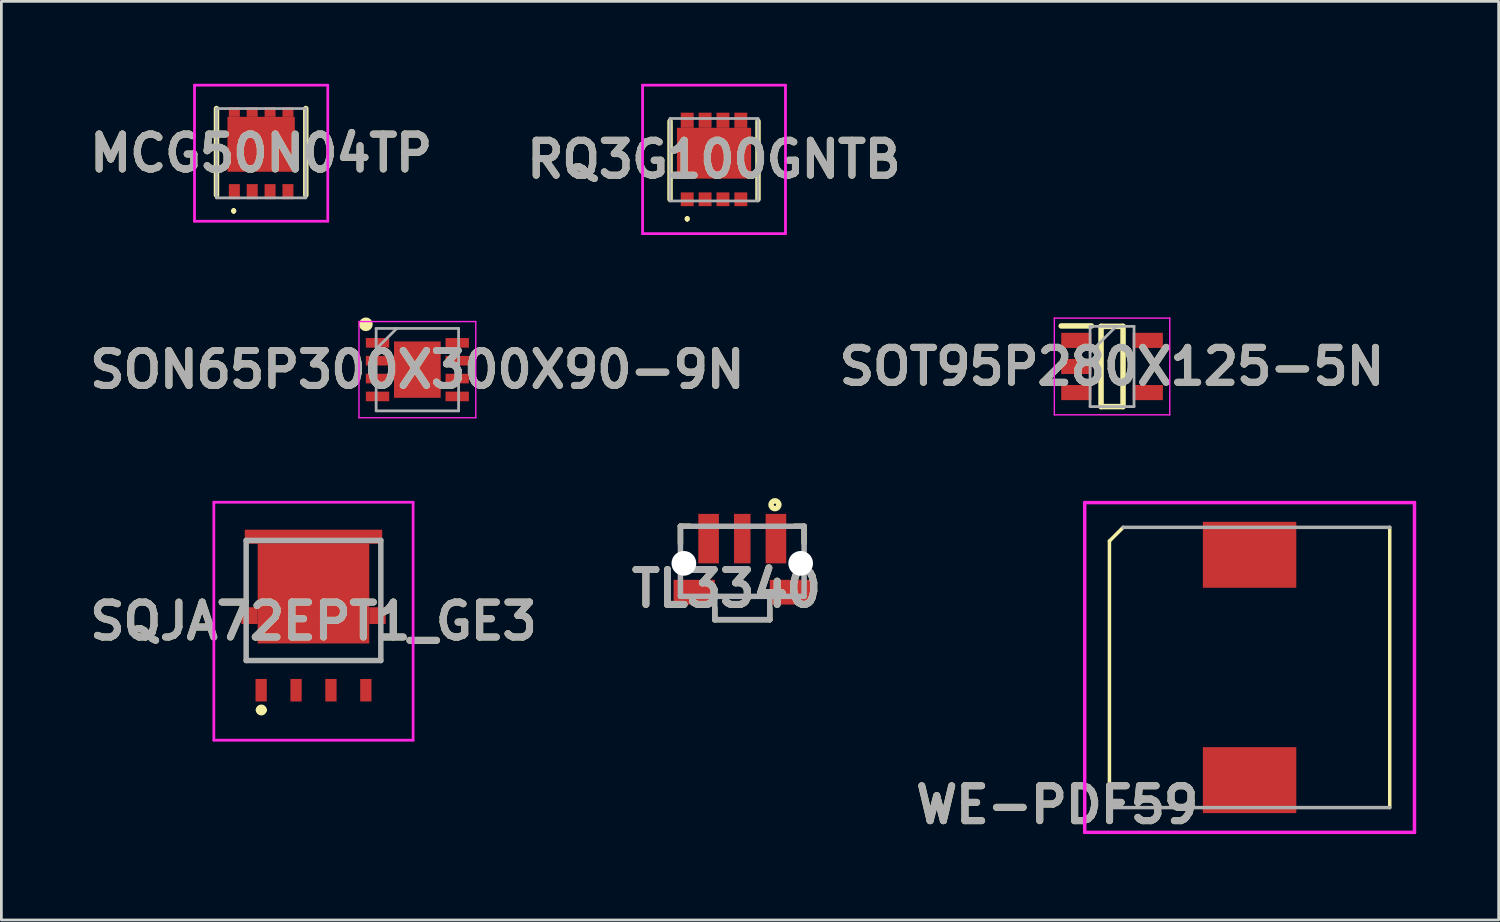
<source format=kicad_pcb>
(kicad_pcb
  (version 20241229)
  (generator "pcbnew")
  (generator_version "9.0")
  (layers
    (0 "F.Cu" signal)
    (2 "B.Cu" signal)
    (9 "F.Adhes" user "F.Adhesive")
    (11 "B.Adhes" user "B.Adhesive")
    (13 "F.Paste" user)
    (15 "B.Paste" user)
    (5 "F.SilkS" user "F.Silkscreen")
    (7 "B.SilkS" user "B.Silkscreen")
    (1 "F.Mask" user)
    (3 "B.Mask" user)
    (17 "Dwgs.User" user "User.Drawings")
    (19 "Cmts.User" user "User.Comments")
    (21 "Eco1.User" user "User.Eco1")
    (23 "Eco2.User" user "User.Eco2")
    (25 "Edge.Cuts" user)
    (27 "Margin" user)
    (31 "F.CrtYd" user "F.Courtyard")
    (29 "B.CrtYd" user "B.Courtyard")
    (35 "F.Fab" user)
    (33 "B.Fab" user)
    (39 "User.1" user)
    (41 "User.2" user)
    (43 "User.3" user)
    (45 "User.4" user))
  (footprint "TL3340"
    (layer "F.Cu")
    (at 23.961 18.65)
    (property "Reference" "TL3340" (at -0.574 -0.28 0) (layer "F.SilkS") (effects (font (size 1.27 1.27) (thickness 0.254))))
    (attr through_hole)
    (fp_line (start -2.25 -2.55) (end -2.25 -1.927) (stroke (width 0.2) (type solid)) (layer "F.SilkS"))
    (fp_line (start -2.25 -2.55) (end -1.914 -2.55) (stroke (width 0.2) (type solid)) (layer "F.SilkS"))
    (fp_line (start -1 0.425) (end -1 0.85) (stroke (width 0.2) (type solid)) (layer "F.SilkS"))
    (fp_line (start -1 0.85) (end 1 0.85) (stroke (width 0.2) (type solid)) (layer "F.SilkS"))
    (fp_line (start 1 0.85) (end 1 0.425) (stroke (width 0.2) (type solid)) (layer "F.SilkS"))
    (fp_line (start 2.25 -2.55) (end 1.914 -2.55) (stroke (width 0.2) (type solid)) (layer "F.SilkS"))
    (fp_line (start 2.25 -2.55) (end 2.25 -1.927) (stroke (width 0.2) (type solid)) (layer "F.SilkS"))
    (fp_circle (center 1.189 -3.333) (end 1.189 -3.292) (stroke (width 0.2) (type solid)) (fill no) (layer "F.SilkS"))
    (fp_line (start -2.25 -2.55) (end 2.25 -2.55) (stroke (width 0.2) (type solid)) (layer "F.Fab"))
    (fp_line (start -2.25 0) (end -2.25 -2.55) (stroke (width 0.2) (type solid)) (layer "F.Fab"))
    (fp_line (start -1 0) (end -1 0.85) (stroke (width 0.2) (type solid)) (layer "F.Fab"))
    (fp_line (start -1 0.85) (end 1 0.85) (stroke (width 0.2) (type solid)) (layer "F.Fab"))
    (fp_line (start 1 0.85) (end 1 0) (stroke (width 0.2) (type solid)) (layer "F.Fab"))
    (fp_line (start 2.25 -2.55) (end 2.25 0) (stroke (width 0.2) (type solid)) (layer "F.Fab"))
    (fp_line (start 2.25 0) (end -2.25 0) (stroke (width 0.2) (type solid)) (layer "F.Fab"))
    (fp_text user "${REFERENCE}" (at -0.574 -0.28 0) (layer "F.Fab") (effects (font (size 1.27 1.27) (thickness 0.254))))
    (pad "" np_thru_hole circle (at -2.125 -1.2) (size 0.9 0.9) (drill 0.9) (layers "*.Cu" "*.Mask"))
    (pad "" np_thru_hole circle (at 2.125 -1.2) (size 0.9 0.9) (drill 0.9) (layers "*.Cu" "*.Mask"))
    (pad "1" smd rect (at 1.225 -2.1) (size 0.75 1.8) (layers "F.Cu" "F.Mask" "F.Paste"))
    (pad "2" smd rect (at 0 -2.1) (size 0.6 1.8) (layers "F.Cu" "F.Mask" "F.Paste"))
    (pad "3" smd rect (at -1.225 -2.1) (size 0.75 1.8) (layers "F.Cu" "F.Mask" "F.Paste"))
    (pad "4" smd rect (at -1.75 -0.15 90) (size 0.9 1.5) (layers "F.Cu" "F.Mask" "F.Paste"))
    (pad "5" smd rect (at 1.75 -0.15 90) (size 0.9 1.5) (layers "F.Cu" "F.Mask" "F.Paste")))
  (footprint "RQ3G100GNTB"
    (layer "F.Cu")
    (at 22.933 2.763)
    (property "Reference" "RQ3G100GNTB" (at 0 -0.012 0) (layer "F.SilkS") (effects (font (size 1.27 1.27) (thickness 0.254))))
    (attr smd)
    (fp_line (start -1.6 -1.4) (end -1.6 1.438) (stroke (width 0.2) (type solid)) (layer "F.SilkS"))
    (fp_line (start -0.975 2.1) (end -0.975 2.1) (stroke (width 0.1) (type solid)) (layer "F.SilkS"))
    (fp_line (start -0.975 2.2) (end -0.975 2.2) (stroke (width 0.1) (type solid)) (layer "F.SilkS"))
    (fp_line (start 1.6 -1.4) (end 1.6 1.438) (stroke (width 0.2) (type solid)) (layer "F.SilkS"))
    (fp_arc (start -0.975 2.1) (mid -0.925 2.15) (end -0.975 2.2) (stroke (width 0.1) (type solid)) (layer "F.SilkS"))
    (fp_arc (start -0.975 2.2) (mid -1.025 2.15) (end -0.975 2.1) (stroke (width 0.1) (type solid)) (layer "F.SilkS"))
    (fp_line (start -2.6 -2.713) (end 2.6 -2.713) (stroke (width 0.1) (type solid)) (layer "F.CrtYd"))
    (fp_line (start -2.6 2.688) (end -2.6 -2.713) (stroke (width 0.1) (type solid)) (layer "F.CrtYd"))
    (fp_line (start 2.6 -2.713) (end 2.6 2.688) (stroke (width 0.1) (type solid)) (layer "F.CrtYd"))
    (fp_line (start 2.6 2.688) (end -2.6 2.688) (stroke (width 0.1) (type solid)) (layer "F.CrtYd"))
    (fp_line (start -1.6 -1.5) (end 1.6 -1.5) (stroke (width 0.1) (type solid)) (layer "F.Fab"))
    (fp_line (start -1.6 1.5) (end -1.6 -1.5) (stroke (width 0.1) (type solid)) (layer "F.Fab"))
    (fp_line (start 1.6 -1.5) (end 1.6 1.5) (stroke (width 0.1) (type solid)) (layer "F.Fab"))
    (fp_line (start 1.6 1.5) (end -1.6 1.5) (stroke (width 0.1) (type solid)) (layer "F.Fab"))
    (fp_text user "${REFERENCE}" (at 0 -0.012 0) (layer "F.Fab") (effects (font (size 1.27 1.27) (thickness 0.254))))
    (pad "1" smd rect (at -0.975 1.438) (size 0.47 0.5) (layers "F.Cu" "F.Mask" "F.Paste"))
    (pad "2" smd rect (at -0.325 1.438) (size 0.47 0.5) (layers "F.Cu" "F.Mask" "F.Paste"))
    (pad "3" smd rect (at 0.325 1.438) (size 0.47 0.5) (layers "F.Cu" "F.Mask" "F.Paste"))
    (pad "4" smd rect (at 0.975 1.438) (size 0.47 0.5) (layers "F.Cu" "F.Mask" "F.Paste"))
    (pad "5" smd rect (at 0.975 -1.438) (size 0.47 0.55) (layers "F.Cu" "F.Mask" "F.Paste"))
    (pad "6" smd rect (at 0.325 -1.438) (size 0.47 0.55) (layers "F.Cu" "F.Mask" "F.Paste"))
    (pad "7" smd rect (at -0.325 -1.438) (size 0.47 0.55) (layers "F.Cu" "F.Mask" "F.Paste"))
    (pad "8" smd rect (at -0.975 -1.438) (size 0.47 0.55) (layers "F.Cu" "F.Mask" "F.Paste"))
    (pad "9" smd rect (at 0 -0.238 90) (size 1.85 2.7) (layers "F.Cu" "F.Mask" "F.Paste")))
  (footprint "SQJA72EPT1_GE3"
    (layer "F.Cu")
    (at 8.358 20.986)
    (property "Reference" "SQJA72EPT1_GE3" (at 0 -1.43 0) (layer "F.SilkS") (effects (font (size 1.27 1.27) (thickness 0.254))))
    (attr smd)
    (fp_line (start -2.45 -4) (end -2.45 -2.2) (stroke (width 0.1) (type solid)) (layer "F.SilkS"))
    (fp_line (start -2.45 -1) (end -2.45 0) (stroke (width 0.1) (type solid)) (layer "F.SilkS"))
    (fp_line (start -2.45 0) (end 2.45 0) (stroke (width 0.1) (type solid)) (layer "F.SilkS"))
    (fp_line (start -2 1.8) (end -2 1.8) (stroke (width 0.2) (type solid)) (layer "F.SilkS"))
    (fp_line (start -1.8 1.8) (end -1.8 1.8) (stroke (width 0.2) (type solid)) (layer "F.SilkS"))
    (fp_line (start 2.45 -4) (end 2.45 -2.2) (stroke (width 0.1) (type solid)) (layer "F.SilkS"))
    (fp_line (start 2.45 0) (end 2.45 -1) (stroke (width 0.1) (type solid)) (layer "F.SilkS"))
    (fp_arc (start -2 1.8) (mid -1.9 1.7) (end -1.8 1.8) (stroke (width 0.2) (type solid)) (layer "F.SilkS"))
    (fp_arc (start -1.8 1.8) (mid -1.9 1.9) (end -2 1.8) (stroke (width 0.2) (type solid)) (layer "F.SilkS"))
    (fp_line (start -3.626 -5.76) (end 3.625 -5.76) (stroke (width 0.1) (type solid)) (layer "F.CrtYd"))
    (fp_line (start -3.626 2.9) (end -3.626 -5.76) (stroke (width 0.1) (type solid)) (layer "F.CrtYd"))
    (fp_line (start 3.625 -5.76) (end 3.625 2.9) (stroke (width 0.1) (type solid)) (layer "F.CrtYd"))
    (fp_line (start 3.625 2.9) (end -3.626 2.9) (stroke (width 0.1) (type solid)) (layer "F.CrtYd"))
    (fp_line (start -2.45 -4.37) (end 2.45 -4.37) (stroke (width 0.2) (type solid)) (layer "F.Fab"))
    (fp_line (start -2.45 0) (end -2.45 -4.37) (stroke (width 0.2) (type solid)) (layer "F.Fab"))
    (fp_line (start 2.45 -4.37) (end 2.45 0) (stroke (width 0.2) (type solid)) (layer "F.Fab"))
    (fp_line (start 2.45 0) (end -2.45 0) (stroke (width 0.2) (type solid)) (layer "F.Fab"))
    (fp_text user "${REFERENCE}" (at 0 -1.43 0) (layer "F.Fab") (effects (font (size 1.27 1.27) (thickness 0.254))))
    (pad "1" smd rect (at -1.905 1.081) (size 0.41 0.82) (layers "F.Cu" "F.Mask" "F.Paste"))
    (pad "2" smd rect (at -0.635 1.081) (size 0.41 0.82) (layers "F.Cu" "F.Mask" "F.Paste"))
    (pad "3" smd rect (at 0.635 1.081) (size 0.41 0.82) (layers "F.Cu" "F.Mask" "F.Paste"))
    (pad "4" smd rect (at 1.905 1.081) (size 0.41 0.82) (layers "F.Cu" "F.Mask" "F.Paste"))
    (pad "5" smd rect (at 0 -2.435 90) (size 3.63 4.061) (layers "F.Cu" "F.Mask" "F.Paste"))
    (pad "6" smd rect (at -2.328 -1.634) (size 0.595 0.61) (layers "F.Cu" "F.Mask" "F.Paste"))
    (pad "7" smd rect (at 2.328 -1.634) (size 0.595 0.61) (layers "F.Cu" "F.Mask" "F.Paste"))
    (pad "8" smd rect (at 0 -4.505 90) (size 0.51 5) (layers "F.Cu" "F.Mask" "F.Paste")))
  (footprint "SON65P300X300X90-9N"
    (layer "F.Cu")
    (at 12.138 10.401)
    (property "Reference" "SON65P300X300X90-9N" (at 0 0 0) (layer "F.SilkS") (effects (font (size 1.27 1.27) (thickness 0.254))))
    (attr smd)
    (fp_circle (center -1.875 -1.65) (end -1.875 -1.525) (stroke (width 0.25) (type solid)) (fill no) (layer "F.SilkS"))
    (fp_line (start -2.125 -1.75) (end 2.125 -1.75) (stroke (width 0.05) (type solid)) (layer "F.CrtYd"))
    (fp_line (start -2.125 1.75) (end -2.125 -1.75) (stroke (width 0.05) (type solid)) (layer "F.CrtYd"))
    (fp_line (start 2.125 -1.75) (end 2.125 1.75) (stroke (width 0.05) (type solid)) (layer "F.CrtYd"))
    (fp_line (start 2.125 1.75) (end -2.125 1.75) (stroke (width 0.05) (type solid)) (layer "F.CrtYd"))
    (fp_line (start -1.5 -1.5) (end 1.5 -1.5) (stroke (width 0.1) (type solid)) (layer "F.Fab"))
    (fp_line (start -1.5 -0.75) (end -0.75 -1.5) (stroke (width 0.1) (type solid)) (layer "F.Fab"))
    (fp_line (start -1.5 1.5) (end -1.5 -1.5) (stroke (width 0.1) (type solid)) (layer "F.Fab"))
    (fp_line (start 1.5 -1.5) (end 1.5 1.5) (stroke (width 0.1) (type solid)) (layer "F.Fab"))
    (fp_line (start 1.5 1.5) (end -1.5 1.5) (stroke (width 0.1) (type solid)) (layer "F.Fab"))
    (fp_text user "${REFERENCE}" (at 0 0 0) (layer "F.Fab") (effects (font (size 1.27 1.27) (thickness 0.254))))
    (pad "1" smd rect (at -1.45 -0.975 90) (size 0.35 0.85) (layers "F.Cu" "F.Mask" "F.Paste"))
    (pad "2" smd rect (at -1.45 -0.325 90) (size 0.35 0.85) (layers "F.Cu" "F.Mask" "F.Paste"))
    (pad "3" smd rect (at -1.45 0.325 90) (size 0.35 0.85) (layers "F.Cu" "F.Mask" "F.Paste"))
    (pad "4" smd rect (at -1.45 0.975 90) (size 0.35 0.85) (layers "F.Cu" "F.Mask" "F.Paste"))
    (pad "5" smd rect (at 1.45 0.975 90) (size 0.35 0.85) (layers "F.Cu" "F.Mask" "F.Paste"))
    (pad "6" smd rect (at 1.45 0.325 90) (size 0.35 0.85) (layers "F.Cu" "F.Mask" "F.Paste"))
    (pad "7" smd rect (at 1.45 -0.325 90) (size 0.35 0.85) (layers "F.Cu" "F.Mask" "F.Paste"))
    (pad "8" smd rect (at 1.45 -0.975 90) (size 0.35 0.85) (layers "F.Cu" "F.Mask" "F.Paste"))
    (pad "9" smd rect (at 0 0) (size 1.7 2.05) (layers "F.Cu" "F.Mask" "F.Paste")))
  (footprint "SOT95P280X125-5N"
    (layer "F.Cu")
    (at 37.417 10.286)
    (property "Reference" "SOT95P280X125-5N" (at 0 0 0) (layer "F.SilkS") (effects (font (size 1.27 1.27) (thickness 0.254))))
    (attr smd)
    (fp_line (start -1.85 -1.475) (end -0.75 -1.475) (stroke (width 0.2) (type solid)) (layer "F.SilkS"))
    (fp_line (start -0.4 -1.46) (end 0.4 -1.46) (stroke (width 0.2) (type solid)) (layer "F.SilkS"))
    (fp_line (start -0.4 1.46) (end -0.4 -1.46) (stroke (width 0.2) (type solid)) (layer "F.SilkS"))
    (fp_line (start 0.4 -1.46) (end 0.4 1.46) (stroke (width 0.2) (type solid)) (layer "F.SilkS"))
    (fp_line (start 0.4 1.46) (end -0.4 1.46) (stroke (width 0.2) (type solid)) (layer "F.SilkS"))
    (fp_line (start -2.1 -1.76) (end 2.1 -1.76) (stroke (width 0.05) (type solid)) (layer "F.CrtYd"))
    (fp_line (start -2.1 1.76) (end -2.1 -1.76) (stroke (width 0.05) (type solid)) (layer "F.CrtYd"))
    (fp_line (start 2.1 -1.76) (end 2.1 1.76) (stroke (width 0.05) (type solid)) (layer "F.CrtYd"))
    (fp_line (start 2.1 1.76) (end -2.1 1.76) (stroke (width 0.05) (type solid)) (layer "F.CrtYd"))
    (fp_line (start -0.8 -1.46) (end 0.8 -1.46) (stroke (width 0.1) (type solid)) (layer "F.Fab"))
    (fp_line (start -0.8 -0.51) (end 0.15 -1.46) (stroke (width 0.1) (type solid)) (layer "F.Fab"))
    (fp_line (start -0.8 1.46) (end -0.8 -1.46) (stroke (width 0.1) (type solid)) (layer "F.Fab"))
    (fp_line (start 0.8 -1.46) (end 0.8 1.46) (stroke (width 0.1) (type solid)) (layer "F.Fab"))
    (fp_line (start 0.8 1.46) (end -0.8 1.46) (stroke (width 0.1) (type solid)) (layer "F.Fab"))
    (fp_text user "${REFERENCE}" (at 0 0 0) (layer "F.Fab") (effects (font (size 1.27 1.27) (thickness 0.254))))
    (pad "1" smd rect (at -1.3 -0.95 90) (size 0.55 1.1) (layers "F.Cu" "F.Mask" "F.Paste"))
    (pad "2" smd rect (at -1.3 0 90) (size 0.55 1.1) (layers "F.Cu" "F.Mask" "F.Paste"))
    (pad "3" smd rect (at -1.3 0.95 90) (size 0.55 1.1) (layers "F.Cu" "F.Mask" "F.Paste"))
    (pad "4" smd rect (at 1.3 0.95 90) (size 0.55 1.1) (layers "F.Cu" "F.Mask" "F.Paste"))
    (pad "5" smd rect (at 1.3 -0.95 90) (size 0.55 1.1) (layers "F.Cu" "F.Mask" "F.Paste")))
  (footprint "WE-PDF59"
    (layer "F.Cu")
    (at 42.422 21.239)
    (property "Reference" "WE-PDF59" (at -7 5 0) (layer "F.SilkS") (effects (font (size 1.27 1.27) (thickness 0.254))))
    (attr smd)
    (fp_line (start -5.1 -4.6) (end -5.1 5.1) (stroke (width 0.127) (type solid)) (layer "F.SilkS"))
    (fp_line (start -5.1 -4.6) (end -4.6 -5.1) (stroke (width 0.127) (type solid)) (layer "F.SilkS"))
    (fp_line (start 5.1 -5.1) (end 5.1 5.1) (stroke (width 0.127) (type solid)) (layer "F.SilkS"))
    (fp_line (start -6 -6) (end -6 6) (stroke (width 0.127) (type solid)) (layer "F.CrtYd"))
    (fp_line (start -6 6) (end 6 6) (stroke (width 0.127) (type solid)) (layer "F.CrtYd"))
    (fp_line (start 6 -6) (end -6 -6) (stroke (width 0.127) (type solid)) (layer "F.CrtYd"))
    (fp_line (start 6 6) (end 6 -6) (stroke (width 0.127) (type solid)) (layer "F.CrtYd"))
    (fp_line (start -5.1 5.1) (end 5.1 5.1) (stroke (width 0.127) (type solid)) (layer "F.Fab"))
    (fp_line (start -4.6 -5.1) (end 5.1 -5.1) (stroke (width 0.127) (type solid)) (layer "F.Fab"))
    (fp_text user "${REFERENCE}" (at -7 5 0) (layer "F.Fab") (effects (font (size 1.27 1.27) (thickness 0.254))))
    (pad "1" smd rect (at 0 -4.1 90) (size 2.4 3.4) (layers "F.Cu" "F.Mask" "F.Paste"))
    (pad "2" smd rect (at 0 4.1 90) (size 2.4 3.4) (layers "F.Cu" "F.Mask" "F.Paste")))
  (footprint "MCG50N04TP"
    (layer "F.Cu")
    (at 6.453 2.475)
    (property "Reference" "MCG50N04TP" (at 0 0.05 0) (layer "F.SilkS") (effects (font (size 1.27 1.27) (thickness 0.254))))
    (attr smd)
    (fp_line (start -1.625 -1.575) (end -1.625 1.575) (stroke (width 0.2) (type solid)) (layer "F.SilkS"))
    (fp_line (start -1 2.1) (end -1 2.1) (stroke (width 0.1) (type solid)) (layer "F.SilkS"))
    (fp_line (start -1 2.2) (end -1 2.2) (stroke (width 0.1) (type solid)) (layer "F.SilkS"))
    (fp_line (start 1.625 -1.575) (end 1.625 1.575) (stroke (width 0.2) (type solid)) (layer "F.SilkS"))
    (fp_arc (start -1 2.1) (mid -0.95 2.15) (end -1 2.2) (stroke (width 0.1) (type solid)) (layer "F.SilkS"))
    (fp_arc (start -1 2.2) (mid -1.05 2.15) (end -1 2.1) (stroke (width 0.1) (type solid)) (layer "F.SilkS"))
    (fp_line (start -2.425 -2.425) (end 2.425 -2.425) (stroke (width 0.1) (type solid)) (layer "F.CrtYd"))
    (fp_line (start -2.425 2.525) (end -2.425 -2.425) (stroke (width 0.1) (type solid)) (layer "F.CrtYd"))
    (fp_line (start 2.425 -2.425) (end 2.425 2.525) (stroke (width 0.1) (type solid)) (layer "F.CrtYd"))
    (fp_line (start 2.425 2.525) (end -2.425 2.525) (stroke (width 0.1) (type solid)) (layer "F.CrtYd"))
    (fp_line (start -1.625 -1.575) (end 1.625 -1.575) (stroke (width 0.1) (type solid)) (layer "F.Fab"))
    (fp_line (start -1.625 1.675) (end -1.625 -1.575) (stroke (width 0.1) (type solid)) (layer "F.Fab"))
    (fp_line (start 1.625 -1.575) (end 1.625 1.675) (stroke (width 0.1) (type solid)) (layer "F.Fab"))
    (fp_line (start 1.625 1.675) (end -1.625 1.675) (stroke (width 0.1) (type solid)) (layer "F.Fab"))
    (fp_text user "${REFERENCE}" (at 0 0.05 0) (layer "F.Fab") (effects (font (size 1.27 1.27) (thickness 0.254))))
    (pad "1" smd rect (at -0.975 1.45) (size 0.4 0.55) (layers "F.Cu" "F.Mask" "F.Paste"))
    (pad "2" smd rect (at -0.325 1.45) (size 0.4 0.55) (layers "F.Cu" "F.Mask" "F.Paste"))
    (pad "3" smd rect (at 0.325 1.45) (size 0.4 0.55) (layers "F.Cu" "F.Mask" "F.Paste"))
    (pad "4" smd rect (at 0.975 1.45) (size 0.4 0.55) (layers "F.Cu" "F.Mask" "F.Paste"))
    (pad "5" smd rect (at 0.975 -1.45 90) (size 0.35 0.4) (layers "F.Cu" "F.Mask" "F.Paste"))
    (pad "6" smd rect (at 0.325 -1.45 90) (size 0.35 0.4) (layers "F.Cu" "F.Mask" "F.Paste"))
    (pad "7" smd rect (at -0.325 -1.45 90) (size 0.35 0.4) (layers "F.Cu" "F.Mask" "F.Paste"))
    (pad "8" smd rect (at -0.975 -1.45 90) (size 0.35 0.4) (layers "F.Cu" "F.Mask" "F.Paste"))
    (pad "9" smd rect (at 0 -0.275 90) (size 2 2.45) (layers "F.Cu" "F.Mask" "F.Paste")))
  (gr_rect
    (start -3 -3)
    (end 51.485 30.428)
    (stroke (width 0.1) (type default))
    (fill no)
    (layer "Edge.Cuts")))
</source>
